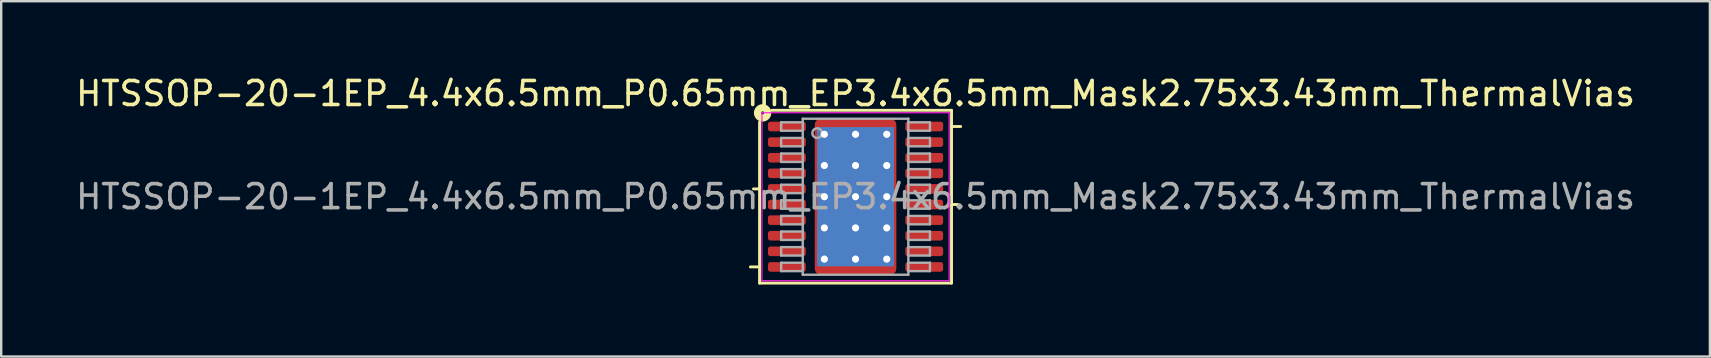
<source format=kicad_pcb>
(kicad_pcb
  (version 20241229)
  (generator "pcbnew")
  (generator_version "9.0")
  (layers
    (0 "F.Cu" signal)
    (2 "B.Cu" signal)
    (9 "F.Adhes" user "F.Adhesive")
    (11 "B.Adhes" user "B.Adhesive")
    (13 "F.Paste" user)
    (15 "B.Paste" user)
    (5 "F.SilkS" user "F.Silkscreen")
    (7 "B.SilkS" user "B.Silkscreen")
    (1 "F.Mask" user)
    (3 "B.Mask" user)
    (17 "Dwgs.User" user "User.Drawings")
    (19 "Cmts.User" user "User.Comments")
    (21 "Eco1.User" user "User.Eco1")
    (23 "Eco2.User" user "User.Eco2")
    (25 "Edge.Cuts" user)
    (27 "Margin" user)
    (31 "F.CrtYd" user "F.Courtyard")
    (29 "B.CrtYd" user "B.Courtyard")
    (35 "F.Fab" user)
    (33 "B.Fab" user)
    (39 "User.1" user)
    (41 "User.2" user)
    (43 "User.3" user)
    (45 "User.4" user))
  (footprint "HTSSOP-20-1EP_4.4x6.5mm_P0.65mm_EP3.4x6.5mm_Mask2.75x3.43mm_ThermalVias"
    (layer "F.Cu")
    (at 32.601 5.147)
    (property "Reference" "HTSSOP-20-1EP_4.4x6.5mm_P0.65mm_EP3.4x6.5mm_Mask2.75x3.43mm_ThermalVias" (at 0 -4.298 0) (layer "F.SilkS") (effects (font (size 1 1) (thickness 0.15))))
    (attr smd)
    (fp_line (start -4 -0.325) (end -4.254 -0.325) (stroke (width 0.12) (type solid)) (layer "F.SilkS"))
    (fp_line (start -4 2.925) (end -4.381 2.925) (stroke (width 0.12) (type solid)) (layer "F.SilkS"))
    (fp_line (start -4 3.6) (end -4 -3.111) (stroke (width 0.12) (type solid)) (layer "F.SilkS"))
    (fp_line (start -3.493 -3.6) (end 4 -3.6) (stroke (width 0.12) (type solid)) (layer "F.SilkS"))
    (fp_line (start 4 -3.6) (end 4 3.6) (stroke (width 0.12) (type solid)) (layer "F.SilkS"))
    (fp_line (start 4 -2.925) (end 4.381 -2.925) (stroke (width 0.12) (type solid)) (layer "F.SilkS"))
    (fp_line (start 4 0.325) (end 4.254 0.325) (stroke (width 0.12) (type solid)) (layer "F.SilkS"))
    (fp_line (start 4 3.6) (end -4 3.6) (stroke (width 0.12) (type solid)) (layer "F.SilkS"))
    (fp_circle (center -3.873 -3.493) (end -3.81 -3.493) (stroke (width 0.3) (type solid)) (fill no) (layer "F.SilkS"))
    (fp_line (start -3.9 -3.5) (end -3.9 3.5) (stroke (width 0.05) (type solid)) (layer "F.CrtYd"))
    (fp_line (start -3.9 3.5) (end 3.9 3.5) (stroke (width 0.05) (type solid)) (layer "F.CrtYd"))
    (fp_line (start 3.9 -3.5) (end -3.9 -3.5) (stroke (width 0.05) (type solid)) (layer "F.CrtYd"))
    (fp_line (start 3.9 3.5) (end 3.9 -3.5) (stroke (width 0.05) (type solid)) (layer "F.CrtYd"))
    (fp_line (start -3.1 -3.1) (end -3.1 -2.75) (stroke (width 0.1) (type solid)) (layer "F.Fab"))
    (fp_line (start -3.1 -3.1) (end -2.2 -3.1) (stroke (width 0.1) (type solid)) (layer "F.Fab"))
    (fp_line (start -3.1 -2.75) (end -2.2 -2.75) (stroke (width 0.1) (type solid)) (layer "F.Fab"))
    (fp_line (start -3.1 -2.45) (end -3.1 -2.1) (stroke (width 0.1) (type solid)) (layer "F.Fab"))
    (fp_line (start -3.1 -2.45) (end -2.2 -2.45) (stroke (width 0.1) (type solid)) (layer "F.Fab"))
    (fp_line (start -3.1 -2.1) (end -2.2 -2.1) (stroke (width 0.1) (type solid)) (layer "F.Fab"))
    (fp_line (start -3.1 -1.8) (end -3.1 -1.45) (stroke (width 0.1) (type solid)) (layer "F.Fab"))
    (fp_line (start -3.1 -1.8) (end -2.2 -1.8) (stroke (width 0.1) (type solid)) (layer "F.Fab"))
    (fp_line (start -3.1 -1.45) (end -2.2 -1.45) (stroke (width 0.1) (type solid)) (layer "F.Fab"))
    (fp_line (start -3.1 -1.15) (end -3.1 -0.8) (stroke (width 0.1) (type solid)) (layer "F.Fab"))
    (fp_line (start -3.1 -1.15) (end -2.2 -1.15) (stroke (width 0.1) (type solid)) (layer "F.Fab"))
    (fp_line (start -3.1 -0.8) (end -2.2 -0.8) (stroke (width 0.1) (type solid)) (layer "F.Fab"))
    (fp_line (start -3.1 -0.5) (end -3.1 -0.15) (stroke (width 0.1) (type solid)) (layer "F.Fab"))
    (fp_line (start -3.1 -0.5) (end -2.2 -0.5) (stroke (width 0.1) (type solid)) (layer "F.Fab"))
    (fp_line (start -3.1 -0.15) (end -2.2 -0.15) (stroke (width 0.1) (type solid)) (layer "F.Fab"))
    (fp_line (start -3.1 0.15) (end -3.1 0.5) (stroke (width 0.1) (type solid)) (layer "F.Fab"))
    (fp_line (start -3.1 0.15) (end -2.2 0.15) (stroke (width 0.1) (type solid)) (layer "F.Fab"))
    (fp_line (start -3.1 0.5) (end -2.2 0.5) (stroke (width 0.1) (type solid)) (layer "F.Fab"))
    (fp_line (start -3.1 0.8) (end -3.1 1.15) (stroke (width 0.1) (type solid)) (layer "F.Fab"))
    (fp_line (start -3.1 0.8) (end -2.2 0.8) (stroke (width 0.1) (type solid)) (layer "F.Fab"))
    (fp_line (start -3.1 1.15) (end -2.2 1.15) (stroke (width 0.1) (type solid)) (layer "F.Fab"))
    (fp_line (start -3.1 1.45) (end -3.1 1.8) (stroke (width 0.1) (type solid)) (layer "F.Fab"))
    (fp_line (start -3.1 1.45) (end -2.2 1.45) (stroke (width 0.1) (type solid)) (layer "F.Fab"))
    (fp_line (start -3.1 1.8) (end -2.2 1.8) (stroke (width 0.1) (type solid)) (layer "F.Fab"))
    (fp_line (start -3.1 2.1) (end -3.1 2.45) (stroke (width 0.1) (type solid)) (layer "F.Fab"))
    (fp_line (start -3.1 2.1) (end -2.2 2.1) (stroke (width 0.1) (type solid)) (layer "F.Fab"))
    (fp_line (start -3.1 2.45) (end -2.2 2.45) (stroke (width 0.1) (type solid)) (layer "F.Fab"))
    (fp_line (start -3.1 2.75) (end -3.1 3.1) (stroke (width 0.1) (type solid)) (layer "F.Fab"))
    (fp_line (start -3.1 2.75) (end -2.2 2.75) (stroke (width 0.1) (type solid)) (layer "F.Fab"))
    (fp_line (start -3.1 3.1) (end -2.2 3.1) (stroke (width 0.1) (type solid)) (layer "F.Fab"))
    (fp_line (start -2.2 -3.25) (end 2.2 -3.25) (stroke (width 0.1) (type solid)) (layer "F.Fab"))
    (fp_line (start -2.2 3.25) (end -2.2 -3.25) (stroke (width 0.1) (type solid)) (layer "F.Fab"))
    (fp_line (start 2.2 -3.25) (end 2.2 3.25) (stroke (width 0.1) (type solid)) (layer "F.Fab"))
    (fp_line (start 2.2 3.25) (end -2.2 3.25) (stroke (width 0.1) (type solid)) (layer "F.Fab"))
    (fp_line (start 3.1 -3.1) (end 2.2 -3.1) (stroke (width 0.1) (type solid)) (layer "F.Fab"))
    (fp_line (start 3.1 -2.75) (end 2.2 -2.75) (stroke (width 0.1) (type solid)) (layer "F.Fab"))
    (fp_line (start 3.1 -2.75) (end 3.1 -3.1) (stroke (width 0.1) (type solid)) (layer "F.Fab"))
    (fp_line (start 3.1 -2.45) (end 2.2 -2.45) (stroke (width 0.1) (type solid)) (layer "F.Fab"))
    (fp_line (start 3.1 -2.1) (end 2.2 -2.1) (stroke (width 0.1) (type solid)) (layer "F.Fab"))
    (fp_line (start 3.1 -2.1) (end 3.1 -2.45) (stroke (width 0.1) (type solid)) (layer "F.Fab"))
    (fp_line (start 3.1 -1.8) (end 2.2 -1.8) (stroke (width 0.1) (type solid)) (layer "F.Fab"))
    (fp_line (start 3.1 -1.45) (end 2.2 -1.45) (stroke (width 0.1) (type solid)) (layer "F.Fab"))
    (fp_line (start 3.1 -1.45) (end 3.1 -1.8) (stroke (width 0.1) (type solid)) (layer "F.Fab"))
    (fp_line (start 3.1 -1.15) (end 2.2 -1.15) (stroke (width 0.1) (type solid)) (layer "F.Fab"))
    (fp_line (start 3.1 -0.8) (end 2.2 -0.8) (stroke (width 0.1) (type solid)) (layer "F.Fab"))
    (fp_line (start 3.1 -0.8) (end 3.1 -1.15) (stroke (width 0.1) (type solid)) (layer "F.Fab"))
    (fp_line (start 3.1 -0.5) (end 2.2 -0.5) (stroke (width 0.1) (type solid)) (layer "F.Fab"))
    (fp_line (start 3.1 -0.15) (end 2.2 -0.15) (stroke (width 0.1) (type solid)) (layer "F.Fab"))
    (fp_line (start 3.1 -0.15) (end 3.1 -0.5) (stroke (width 0.1) (type solid)) (layer "F.Fab"))
    (fp_line (start 3.1 0.15) (end 2.2 0.15) (stroke (width 0.1) (type solid)) (layer "F.Fab"))
    (fp_line (start 3.1 0.5) (end 2.2 0.5) (stroke (width 0.1) (type solid)) (layer "F.Fab"))
    (fp_line (start 3.1 0.5) (end 3.1 0.15) (stroke (width 0.1) (type solid)) (layer "F.Fab"))
    (fp_line (start 3.1 0.8) (end 2.2 0.8) (stroke (width 0.1) (type solid)) (layer "F.Fab"))
    (fp_line (start 3.1 1.15) (end 2.2 1.15) (stroke (width 0.1) (type solid)) (layer "F.Fab"))
    (fp_line (start 3.1 1.15) (end 3.1 0.8) (stroke (width 0.1) (type solid)) (layer "F.Fab"))
    (fp_line (start 3.1 1.45) (end 2.2 1.45) (stroke (width 0.1) (type solid)) (layer "F.Fab"))
    (fp_line (start 3.1 1.8) (end 2.2 1.8) (stroke (width 0.1) (type solid)) (layer "F.Fab"))
    (fp_line (start 3.1 1.8) (end 3.1 1.45) (stroke (width 0.1) (type solid)) (layer "F.Fab"))
    (fp_line (start 3.1 2.1) (end 2.2 2.1) (stroke (width 0.1) (type solid)) (layer "F.Fab"))
    (fp_line (start 3.1 2.45) (end 2.2 2.45) (stroke (width 0.1) (type solid)) (layer "F.Fab"))
    (fp_line (start 3.1 2.45) (end 3.1 2.1) (stroke (width 0.1) (type solid)) (layer "F.Fab"))
    (fp_line (start 3.1 2.75) (end 2.2 2.75) (stroke (width 0.1) (type solid)) (layer "F.Fab"))
    (fp_line (start 3.1 3.1) (end 2.2 3.1) (stroke (width 0.1) (type solid)) (layer "F.Fab"))
    (fp_line (start 3.1 3.1) (end 3.1 2.75) (stroke (width 0.1) (type solid)) (layer "F.Fab"))
    (fp_circle (center -1.6 -2.65) (end -1.4 -2.65) (stroke (width 0.1) (type solid)) (fill no) (layer "F.Fab"))
    (fp_text user "${REFERENCE}" (at 0 0 0) (layer "F.Fab") (effects (font (size 1 1) (thickness 0.15))))
    (pad "" smd roundrect (at -0.69 -0.86) (size 1.11 1.38) (layers "F.Paste") (roundrect_rratio 0.225))
    (pad "" smd roundrect (at -0.69 0.86) (size 1.11 1.38) (layers "F.Paste") (roundrect_rratio 0.225))
    (pad "" smd rect (at 0 0) (size 2.75 3.43) (layers "F.Mask"))
    (pad "" smd roundrect (at 0.69 -0.86) (size 1.11 1.38) (layers "F.Paste") (roundrect_rratio 0.225))
    (pad "" smd roundrect (at 0.69 0.86) (size 1.11 1.38) (layers "F.Paste") (roundrect_rratio 0.225))
    (pad "1" smd roundrect (at -2.862 -2.925) (size 1.575 0.4) (layers "F.Cu" "F.Mask" "F.Paste") (roundrect_rratio 0.25))
    (pad "2" smd roundrect (at -2.862 -2.275) (size 1.575 0.4) (layers "F.Cu" "F.Mask" "F.Paste") (roundrect_rratio 0.25))
    (pad "3" smd roundrect (at -2.862 -1.625) (size 1.575 0.4) (layers "F.Cu" "F.Mask" "F.Paste") (roundrect_rratio 0.25))
    (pad "4" smd roundrect (at -2.862 -0.975) (size 1.575 0.4) (layers "F.Cu" "F.Mask" "F.Paste") (roundrect_rratio 0.25))
    (pad "5" smd roundrect (at -2.862 -0.325) (size 1.575 0.4) (layers "F.Cu" "F.Mask" "F.Paste") (roundrect_rratio 0.25))
    (pad "6" smd roundrect (at -2.862 0.325) (size 1.575 0.4) (layers "F.Cu" "F.Mask" "F.Paste") (roundrect_rratio 0.25))
    (pad "7" smd roundrect (at -2.862 0.975) (size 1.575 0.4) (layers "F.Cu" "F.Mask" "F.Paste") (roundrect_rratio 0.25))
    (pad "8" smd roundrect (at -2.862 1.625) (size 1.575 0.4) (layers "F.Cu" "F.Mask" "F.Paste") (roundrect_rratio 0.25))
    (pad "9" smd roundrect (at -2.862 2.275) (size 1.575 0.4) (layers "F.Cu" "F.Mask" "F.Paste") (roundrect_rratio 0.25))
    (pad "10" smd roundrect (at -2.862 2.925) (size 1.575 0.4) (layers "F.Cu" "F.Mask" "F.Paste") (roundrect_rratio 0.25))
    (pad "11" smd roundrect (at 2.862 2.925) (size 1.575 0.4) (layers "F.Cu" "F.Mask" "F.Paste") (roundrect_rratio 0.25))
    (pad "12" smd roundrect (at 2.862 2.275) (size 1.575 0.4) (layers "F.Cu" "F.Mask" "F.Paste") (roundrect_rratio 0.25))
    (pad "13" smd roundrect (at 2.862 1.625) (size 1.575 0.4) (layers "F.Cu" "F.Mask" "F.Paste") (roundrect_rratio 0.25))
    (pad "14" smd roundrect (at 2.862 0.975) (size 1.575 0.4) (layers "F.Cu" "F.Mask" "F.Paste") (roundrect_rratio 0.25))
    (pad "15" smd roundrect (at 2.862 0.325) (size 1.575 0.4) (layers "F.Cu" "F.Mask" "F.Paste") (roundrect_rratio 0.25))
    (pad "16" smd roundrect (at 2.862 -0.325) (size 1.575 0.4) (layers "F.Cu" "F.Mask" "F.Paste") (roundrect_rratio 0.25))
    (pad "17" smd roundrect (at 2.862 -0.975) (size 1.575 0.4) (layers "F.Cu" "F.Mask" "F.Paste") (roundrect_rratio 0.25))
    (pad "18" smd roundrect (at 2.862 -1.625) (size 1.575 0.4) (layers "F.Cu" "F.Mask" "F.Paste") (roundrect_rratio 0.25))
    (pad "19" smd roundrect (at 2.862 -2.275) (size 1.575 0.4) (layers "F.Cu" "F.Mask" "F.Paste") (roundrect_rratio 0.25))
    (pad "20" smd roundrect (at 2.862 -2.925) (size 1.575 0.4) (layers "F.Cu" "F.Mask" "F.Paste") (roundrect_rratio 0.25))
    (pad "21" thru_hole circle (at -1.3 -2.6) (size 0.6 0.6) (drill 0.3) (property pad_prop_heatsink) (layers "*.Cu"))
    (pad "21" thru_hole circle (at -1.3 -1.3) (size 0.6 0.6) (drill 0.3) (property pad_prop_heatsink) (layers "*.Cu"))
    (pad "21" thru_hole circle (at -1.3 0) (size 0.6 0.6) (drill 0.3) (property pad_prop_heatsink) (layers "*.Cu"))
    (pad "21" thru_hole circle (at -1.3 1.3) (size 0.6 0.6) (drill 0.3) (property pad_prop_heatsink) (layers "*.Cu"))
    (pad "21" thru_hole circle (at -1.3 2.6) (size 0.6 0.6) (drill 0.3) (property pad_prop_heatsink) (layers "*.Cu"))
    (pad "21" thru_hole circle (at 0 -2.6) (size 0.6 0.6) (drill 0.3) (property pad_prop_heatsink) (layers "*.Cu"))
    (pad "21" thru_hole circle (at 0 -1.3) (size 0.6 0.6) (drill 0.3) (property pad_prop_heatsink) (layers "*.Cu"))
    (pad "21" thru_hole circle (at 0 0) (size 0.6 0.6) (drill 0.3) (property pad_prop_heatsink) (layers "*.Cu"))
    (pad "21" smd rect (at 0 0) (size 3.2 5.8) (layers "B.Cu" "B.Mask"))
    (pad "21" smd roundrect (at 0 0) (size 3.4 6.5) (layers "F.Cu") (roundrect_rratio 0.074))
    (pad "21" thru_hole circle (at 0 1.3) (size 0.6 0.6) (drill 0.3) (property pad_prop_heatsink) (layers "*.Cu"))
    (pad "21" thru_hole circle (at 0 2.6) (size 0.6 0.6) (drill 0.3) (property pad_prop_heatsink) (layers "*.Cu"))
    (pad "21" thru_hole circle (at 1.3 -2.6) (size 0.6 0.6) (drill 0.3) (property pad_prop_heatsink) (layers "*.Cu"))
    (pad "21" thru_hole circle (at 1.3 -1.3) (size 0.6 0.6) (drill 0.3) (property pad_prop_heatsink) (layers "*.Cu"))
    (pad "21" thru_hole circle (at 1.3 0) (size 0.6 0.6) (drill 0.3) (property pad_prop_heatsink) (layers "*.Cu"))
    (pad "21" thru_hole circle (at 1.3 1.3) (size 0.6 0.6) (drill 0.3) (property pad_prop_heatsink) (layers "*.Cu"))
    (pad "21" thru_hole circle (at 1.3 2.6) (size 0.6 0.6) (drill 0.3) (property pad_prop_heatsink) (layers "*.Cu")))
  (gr_rect
    (start -3 -3)
    (end 68.202 11.807)
    (stroke (width 0.1) (type default))
    (fill no)
    (layer "Edge.Cuts")))
</source>
